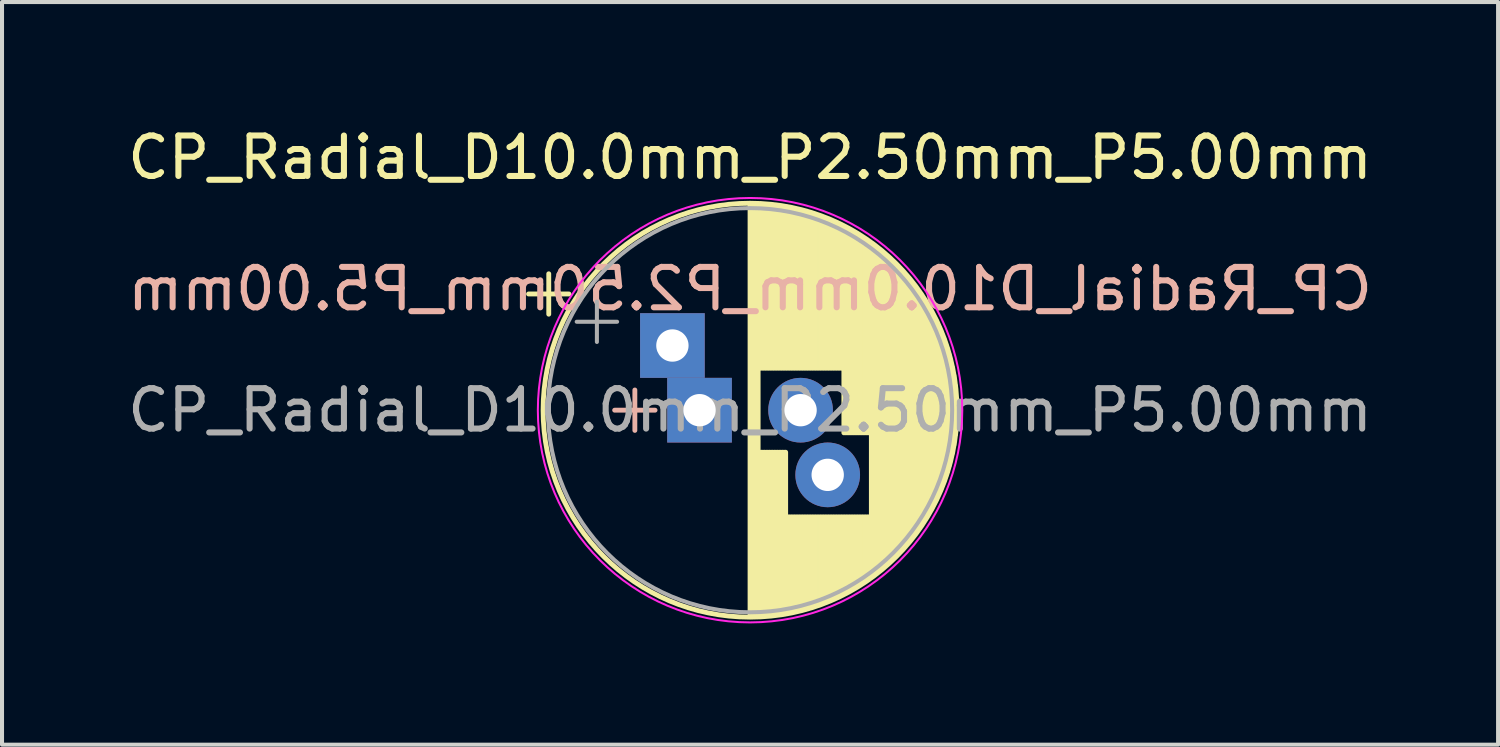
<source format=kicad_pcb>
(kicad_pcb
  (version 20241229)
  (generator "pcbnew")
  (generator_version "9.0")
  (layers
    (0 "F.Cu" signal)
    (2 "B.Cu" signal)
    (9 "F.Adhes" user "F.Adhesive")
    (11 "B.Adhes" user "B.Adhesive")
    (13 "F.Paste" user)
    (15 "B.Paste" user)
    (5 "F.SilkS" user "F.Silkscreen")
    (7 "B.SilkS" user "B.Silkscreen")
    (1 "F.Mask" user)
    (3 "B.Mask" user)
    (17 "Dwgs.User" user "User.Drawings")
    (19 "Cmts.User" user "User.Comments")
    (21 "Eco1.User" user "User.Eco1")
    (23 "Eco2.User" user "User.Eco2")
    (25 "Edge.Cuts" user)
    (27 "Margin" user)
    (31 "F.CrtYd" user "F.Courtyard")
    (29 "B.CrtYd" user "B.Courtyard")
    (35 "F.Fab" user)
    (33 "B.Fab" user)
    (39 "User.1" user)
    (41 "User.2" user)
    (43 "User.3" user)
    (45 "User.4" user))
  (footprint "CP_Radial_D10.0mm_P2.50mm_P5.00mm"
    (layer "F.Cu")
    (at 14.256 7.098)
    (property "Reference" "CP_Radial_D10.0mm_P2.50mm_P5.00mm" (at 1.25 -6.25 0) (layer "F.SilkS") (effects (font (size 1 1) (thickness 0.15))))
    (fp_line (start -4.23 -2.875) (end -3.23 -2.875) (stroke (width 0.12) (type solid)) (layer "F.SilkS"))
    (fp_line (start -3.73 -3.375) (end -3.73 -2.375) (stroke (width 0.12) (type solid)) (layer "F.SilkS"))
    (fp_line (start 1.25 -5.08) (end 1.25 5.08) (stroke (width 0.12) (type solid)) (layer "F.SilkS"))
    (fp_line (start 1.29 -5.08) (end 1.29 5.08) (stroke (width 0.12) (type solid)) (layer "F.SilkS"))
    (fp_line (start 1.33 -5.08) (end 1.33 5.08) (stroke (width 0.12) (type solid)) (layer "F.SilkS"))
    (fp_line (start 1.37 -5.079) (end 1.37 5.079) (stroke (width 0.12) (type solid)) (layer "F.SilkS"))
    (fp_line (start 1.41 -5.078) (end 1.41 5.078) (stroke (width 0.12) (type solid)) (layer "F.SilkS"))
    (fp_line (start 1.45 -5.077) (end 1.45 5.077) (stroke (width 0.12) (type solid)) (layer "F.SilkS"))
    (fp_line (start 1.49 -5.075) (end 1.49 -1.04) (stroke (width 0.12) (type solid)) (layer "F.SilkS"))
    (fp_line (start 1.49 1.04) (end 1.49 5.075) (stroke (width 0.12) (type solid)) (layer "F.SilkS"))
    (fp_line (start 1.53 -5.073) (end 1.53 -1.04) (stroke (width 0.12) (type solid)) (layer "F.SilkS"))
    (fp_line (start 1.53 1.04) (end 1.53 5.073) (stroke (width 0.12) (type solid)) (layer "F.SilkS"))
    (fp_line (start 1.57 -5.07) (end 1.57 -1.04) (stroke (width 0.12) (type solid)) (layer "F.SilkS"))
    (fp_line (start 1.57 1.04) (end 1.57 5.07) (stroke (width 0.12) (type solid)) (layer "F.SilkS"))
    (fp_line (start 1.61 -5.068) (end 1.61 -1.04) (stroke (width 0.12) (type solid)) (layer "F.SilkS"))
    (fp_line (start 1.61 1.04) (end 1.61 5.068) (stroke (width 0.12) (type solid)) (layer "F.SilkS"))
    (fp_line (start 1.65 -5.065) (end 1.65 -1.04) (stroke (width 0.12) (type solid)) (layer "F.SilkS"))
    (fp_line (start 1.65 1.04) (end 1.65 5.065) (stroke (width 0.12) (type solid)) (layer "F.SilkS"))
    (fp_line (start 1.69 -5.062) (end 1.69 -1.04) (stroke (width 0.12) (type solid)) (layer "F.SilkS"))
    (fp_line (start 1.69 1.04) (end 1.69 5.062) (stroke (width 0.12) (type solid)) (layer "F.SilkS"))
    (fp_line (start 1.73 -5.058) (end 1.73 -1.04) (stroke (width 0.12) (type solid)) (layer "F.SilkS"))
    (fp_line (start 1.73 1.04) (end 1.73 5.058) (stroke (width 0.12) (type solid)) (layer "F.SilkS"))
    (fp_line (start 1.77 -5.054) (end 1.77 -1.04) (stroke (width 0.12) (type solid)) (layer "F.SilkS"))
    (fp_line (start 1.77 1.04) (end 1.77 5.054) (stroke (width 0.12) (type solid)) (layer "F.SilkS"))
    (fp_line (start 1.81 -5.05) (end 1.81 -1.04) (stroke (width 0.12) (type solid)) (layer "F.SilkS"))
    (fp_line (start 1.81 1.04) (end 1.81 5.05) (stroke (width 0.12) (type solid)) (layer "F.SilkS"))
    (fp_line (start 1.85 -5.045) (end 1.85 -1.04) (stroke (width 0.12) (type solid)) (layer "F.SilkS"))
    (fp_line (start 1.85 1.04) (end 1.85 5.045) (stroke (width 0.12) (type solid)) (layer "F.SilkS"))
    (fp_line (start 1.89 -5.04) (end 1.89 -1.04) (stroke (width 0.12) (type solid)) (layer "F.SilkS"))
    (fp_line (start 1.89 1.04) (end 1.89 5.04) (stroke (width 0.12) (type solid)) (layer "F.SilkS"))
    (fp_line (start 1.93 -5.035) (end 1.93 -1.04) (stroke (width 0.12) (type solid)) (layer "F.SilkS"))
    (fp_line (start 1.93 1.04) (end 1.93 5.035) (stroke (width 0.12) (type solid)) (layer "F.SilkS"))
    (fp_line (start 1.971 -5.03) (end 1.971 -1.04) (stroke (width 0.12) (type solid)) (layer "F.SilkS"))
    (fp_line (start 1.971 1.04) (end 1.971 5.03) (stroke (width 0.12) (type solid)) (layer "F.SilkS"))
    (fp_line (start 2.011 -5.024) (end 2.011 -1.04) (stroke (width 0.12) (type solid)) (layer "F.SilkS"))
    (fp_line (start 2.011 1.04) (end 2.011 5.024) (stroke (width 0.12) (type solid)) (layer "F.SilkS"))
    (fp_line (start 2.051 -5.018) (end 2.051 -1.04) (stroke (width 0.12) (type solid)) (layer "F.SilkS"))
    (fp_line (start 2.051 1.04) (end 2.051 5.018) (stroke (width 0.12) (type solid)) (layer "F.SilkS"))
    (fp_line (start 2.091 -5.011) (end 2.091 -1.04) (stroke (width 0.12) (type solid)) (layer "F.SilkS"))
    (fp_line (start 2.091 1.04) (end 2.091 5.011) (stroke (width 0.12) (type solid)) (layer "F.SilkS"))
    (fp_line (start 2.131 -5.004) (end 2.131 -1.04) (stroke (width 0.12) (type solid)) (layer "F.SilkS"))
    (fp_line (start 2.131 1.04) (end 2.131 5.004) (stroke (width 0.12) (type solid)) (layer "F.SilkS"))
    (fp_line (start 2.171 -4.997) (end 2.171 -1.04) (stroke (width 0.12) (type solid)) (layer "F.SilkS"))
    (fp_line (start 2.171 2.64) (end 2.171 4.997) (stroke (width 0.12) (type solid)) (layer "F.SilkS"))
    (fp_line (start 2.211 -4.99) (end 2.211 -1.04) (stroke (width 0.12) (type solid)) (layer "F.SilkS"))
    (fp_line (start 2.211 2.64) (end 2.211 4.99) (stroke (width 0.12) (type solid)) (layer "F.SilkS"))
    (fp_line (start 2.251 -4.982) (end 2.251 -1.04) (stroke (width 0.12) (type solid)) (layer "F.SilkS"))
    (fp_line (start 2.251 2.64) (end 2.251 4.982) (stroke (width 0.12) (type solid)) (layer "F.SilkS"))
    (fp_line (start 2.291 -4.974) (end 2.291 -1.04) (stroke (width 0.12) (type solid)) (layer "F.SilkS"))
    (fp_line (start 2.291 2.64) (end 2.291 4.974) (stroke (width 0.12) (type solid)) (layer "F.SilkS"))
    (fp_line (start 2.331 -4.965) (end 2.331 -1.04) (stroke (width 0.12) (type solid)) (layer "F.SilkS"))
    (fp_line (start 2.331 2.64) (end 2.331 4.965) (stroke (width 0.12) (type solid)) (layer "F.SilkS"))
    (fp_line (start 2.371 -4.956) (end 2.371 -1.04) (stroke (width 0.12) (type solid)) (layer "F.SilkS"))
    (fp_line (start 2.371 2.64) (end 2.371 4.956) (stroke (width 0.12) (type solid)) (layer "F.SilkS"))
    (fp_line (start 2.411 -4.947) (end 2.411 -1.04) (stroke (width 0.12) (type solid)) (layer "F.SilkS"))
    (fp_line (start 2.411 2.64) (end 2.411 4.947) (stroke (width 0.12) (type solid)) (layer "F.SilkS"))
    (fp_line (start 2.451 -4.938) (end 2.451 -1.04) (stroke (width 0.12) (type solid)) (layer "F.SilkS"))
    (fp_line (start 2.451 2.64) (end 2.451 4.938) (stroke (width 0.12) (type solid)) (layer "F.SilkS"))
    (fp_line (start 2.491 -4.928) (end 2.491 -1.04) (stroke (width 0.12) (type solid)) (layer "F.SilkS"))
    (fp_line (start 2.491 2.64) (end 2.491 4.928) (stroke (width 0.12) (type solid)) (layer "F.SilkS"))
    (fp_line (start 2.531 -4.918) (end 2.531 -1.04) (stroke (width 0.12) (type solid)) (layer "F.SilkS"))
    (fp_line (start 2.531 2.64) (end 2.531 4.918) (stroke (width 0.12) (type solid)) (layer "F.SilkS"))
    (fp_line (start 2.571 -4.907) (end 2.571 -1.04) (stroke (width 0.12) (type solid)) (layer "F.SilkS"))
    (fp_line (start 2.571 2.64) (end 2.571 4.907) (stroke (width 0.12) (type solid)) (layer "F.SilkS"))
    (fp_line (start 2.611 -4.897) (end 2.611 -1.04) (stroke (width 0.12) (type solid)) (layer "F.SilkS"))
    (fp_line (start 2.611 2.64) (end 2.611 4.897) (stroke (width 0.12) (type solid)) (layer "F.SilkS"))
    (fp_line (start 2.651 -4.885) (end 2.651 -1.04) (stroke (width 0.12) (type solid)) (layer "F.SilkS"))
    (fp_line (start 2.651 2.64) (end 2.651 4.885) (stroke (width 0.12) (type solid)) (layer "F.SilkS"))
    (fp_line (start 2.691 -4.874) (end 2.691 -1.04) (stroke (width 0.12) (type solid)) (layer "F.SilkS"))
    (fp_line (start 2.691 2.64) (end 2.691 4.874) (stroke (width 0.12) (type solid)) (layer "F.SilkS"))
    (fp_line (start 2.731 -4.862) (end 2.731 -1.04) (stroke (width 0.12) (type solid)) (layer "F.SilkS"))
    (fp_line (start 2.731 2.64) (end 2.731 4.862) (stroke (width 0.12) (type solid)) (layer "F.SilkS"))
    (fp_line (start 2.771 -4.85) (end 2.771 -1.04) (stroke (width 0.12) (type solid)) (layer "F.SilkS"))
    (fp_line (start 2.771 2.64) (end 2.771 4.85) (stroke (width 0.12) (type solid)) (layer "F.SilkS"))
    (fp_line (start 2.811 -4.837) (end 2.811 -1.04) (stroke (width 0.12) (type solid)) (layer "F.SilkS"))
    (fp_line (start 2.811 2.64) (end 2.811 4.837) (stroke (width 0.12) (type solid)) (layer "F.SilkS"))
    (fp_line (start 2.851 -4.824) (end 2.851 -1.04) (stroke (width 0.12) (type solid)) (layer "F.SilkS"))
    (fp_line (start 2.851 2.64) (end 2.851 4.824) (stroke (width 0.12) (type solid)) (layer "F.SilkS"))
    (fp_line (start 2.891 -4.811) (end 2.891 -1.04) (stroke (width 0.12) (type solid)) (layer "F.SilkS"))
    (fp_line (start 2.891 2.64) (end 2.891 4.811) (stroke (width 0.12) (type solid)) (layer "F.SilkS"))
    (fp_line (start 2.931 -4.797) (end 2.931 -1.04) (stroke (width 0.12) (type solid)) (layer "F.SilkS"))
    (fp_line (start 2.931 2.64) (end 2.931 4.797) (stroke (width 0.12) (type solid)) (layer "F.SilkS"))
    (fp_line (start 2.971 -4.783) (end 2.971 -1.04) (stroke (width 0.12) (type solid)) (layer "F.SilkS"))
    (fp_line (start 2.971 2.64) (end 2.971 4.783) (stroke (width 0.12) (type solid)) (layer "F.SilkS"))
    (fp_line (start 3.011 -4.768) (end 3.011 -1.04) (stroke (width 0.12) (type solid)) (layer "F.SilkS"))
    (fp_line (start 3.011 2.64) (end 3.011 4.768) (stroke (width 0.12) (type solid)) (layer "F.SilkS"))
    (fp_line (start 3.051 -4.754) (end 3.051 -1.04) (stroke (width 0.12) (type solid)) (layer "F.SilkS"))
    (fp_line (start 3.051 2.64) (end 3.051 4.754) (stroke (width 0.12) (type solid)) (layer "F.SilkS"))
    (fp_line (start 3.091 -4.738) (end 3.091 -1.04) (stroke (width 0.12) (type solid)) (layer "F.SilkS"))
    (fp_line (start 3.091 2.64) (end 3.091 4.738) (stroke (width 0.12) (type solid)) (layer "F.SilkS"))
    (fp_line (start 3.131 -4.723) (end 3.131 -1.04) (stroke (width 0.12) (type solid)) (layer "F.SilkS"))
    (fp_line (start 3.131 2.64) (end 3.131 4.723) (stroke (width 0.12) (type solid)) (layer "F.SilkS"))
    (fp_line (start 3.171 -4.707) (end 3.171 -1.04) (stroke (width 0.12) (type solid)) (layer "F.SilkS"))
    (fp_line (start 3.171 2.64) (end 3.171 4.707) (stroke (width 0.12) (type solid)) (layer "F.SilkS"))
    (fp_line (start 3.211 -4.69) (end 3.211 -1.04) (stroke (width 0.12) (type solid)) (layer "F.SilkS"))
    (fp_line (start 3.211 2.64) (end 3.211 4.69) (stroke (width 0.12) (type solid)) (layer "F.SilkS"))
    (fp_line (start 3.251 -4.674) (end 3.251 -1.04) (stroke (width 0.12) (type solid)) (layer "F.SilkS"))
    (fp_line (start 3.251 2.64) (end 3.251 4.674) (stroke (width 0.12) (type solid)) (layer "F.SilkS"))
    (fp_line (start 3.291 -4.657) (end 3.291 -1.04) (stroke (width 0.12) (type solid)) (layer "F.SilkS"))
    (fp_line (start 3.291 2.64) (end 3.291 4.657) (stroke (width 0.12) (type solid)) (layer "F.SilkS"))
    (fp_line (start 3.331 -4.639) (end 3.331 -1.04) (stroke (width 0.12) (type solid)) (layer "F.SilkS"))
    (fp_line (start 3.331 2.64) (end 3.331 4.639) (stroke (width 0.12) (type solid)) (layer "F.SilkS"))
    (fp_line (start 3.371 -4.621) (end 3.371 -1.04) (stroke (width 0.12) (type solid)) (layer "F.SilkS"))
    (fp_line (start 3.371 2.64) (end 3.371 4.621) (stroke (width 0.12) (type solid)) (layer "F.SilkS"))
    (fp_line (start 3.411 -4.603) (end 3.411 -1.04) (stroke (width 0.12) (type solid)) (layer "F.SilkS"))
    (fp_line (start 3.411 2.64) (end 3.411 4.603) (stroke (width 0.12) (type solid)) (layer "F.SilkS"))
    (fp_line (start 3.451 -4.584) (end 3.451 -1.04) (stroke (width 0.12) (type solid)) (layer "F.SilkS"))
    (fp_line (start 3.451 2.64) (end 3.451 4.584) (stroke (width 0.12) (type solid)) (layer "F.SilkS"))
    (fp_line (start 3.491 -4.564) (end 3.491 -1.04) (stroke (width 0.12) (type solid)) (layer "F.SilkS"))
    (fp_line (start 3.491 2.64) (end 3.491 4.564) (stroke (width 0.12) (type solid)) (layer "F.SilkS"))
    (fp_line (start 3.531 -4.545) (end 3.531 -1.04) (stroke (width 0.12) (type solid)) (layer "F.SilkS"))
    (fp_line (start 3.531 2.64) (end 3.531 4.545) (stroke (width 0.12) (type solid)) (layer "F.SilkS"))
    (fp_line (start 3.571 -4.525) (end 3.571 0.56) (stroke (width 0.12) (type solid)) (layer "F.SilkS"))
    (fp_line (start 3.571 2.64) (end 3.571 4.525) (stroke (width 0.12) (type solid)) (layer "F.SilkS"))
    (fp_line (start 3.611 -4.504) (end 3.611 0.56) (stroke (width 0.12) (type solid)) (layer "F.SilkS"))
    (fp_line (start 3.611 2.64) (end 3.611 4.504) (stroke (width 0.12) (type solid)) (layer "F.SilkS"))
    (fp_line (start 3.651 -4.483) (end 3.651 0.56) (stroke (width 0.12) (type solid)) (layer "F.SilkS"))
    (fp_line (start 3.651 2.64) (end 3.651 4.483) (stroke (width 0.12) (type solid)) (layer "F.SilkS"))
    (fp_line (start 3.691 -4.462) (end 3.691 0.56) (stroke (width 0.12) (type solid)) (layer "F.SilkS"))
    (fp_line (start 3.691 2.64) (end 3.691 4.462) (stroke (width 0.12) (type solid)) (layer "F.SilkS"))
    (fp_line (start 3.731 -4.44) (end 3.731 0.56) (stroke (width 0.12) (type solid)) (layer "F.SilkS"))
    (fp_line (start 3.731 2.64) (end 3.731 4.44) (stroke (width 0.12) (type solid)) (layer "F.SilkS"))
    (fp_line (start 3.771 -4.417) (end 3.771 0.56) (stroke (width 0.12) (type solid)) (layer "F.SilkS"))
    (fp_line (start 3.771 2.64) (end 3.771 4.417) (stroke (width 0.12) (type solid)) (layer "F.SilkS"))
    (fp_line (start 3.811 -4.395) (end 3.811 0.56) (stroke (width 0.12) (type solid)) (layer "F.SilkS"))
    (fp_line (start 3.811 2.64) (end 3.811 4.395) (stroke (width 0.12) (type solid)) (layer "F.SilkS"))
    (fp_line (start 3.851 -4.371) (end 3.851 0.56) (stroke (width 0.12) (type solid)) (layer "F.SilkS"))
    (fp_line (start 3.851 2.64) (end 3.851 4.371) (stroke (width 0.12) (type solid)) (layer "F.SilkS"))
    (fp_line (start 3.891 -4.347) (end 3.891 0.56) (stroke (width 0.12) (type solid)) (layer "F.SilkS"))
    (fp_line (start 3.891 2.64) (end 3.891 4.347) (stroke (width 0.12) (type solid)) (layer "F.SilkS"))
    (fp_line (start 3.931 -4.323) (end 3.931 0.56) (stroke (width 0.12) (type solid)) (layer "F.SilkS"))
    (fp_line (start 3.931 2.64) (end 3.931 4.323) (stroke (width 0.12) (type solid)) (layer "F.SilkS"))
    (fp_line (start 3.971 -4.298) (end 3.971 0.56) (stroke (width 0.12) (type solid)) (layer "F.SilkS"))
    (fp_line (start 3.971 2.64) (end 3.971 4.298) (stroke (width 0.12) (type solid)) (layer "F.SilkS"))
    (fp_line (start 4.011 -4.273) (end 4.011 0.56) (stroke (width 0.12) (type solid)) (layer "F.SilkS"))
    (fp_line (start 4.011 2.64) (end 4.011 4.273) (stroke (width 0.12) (type solid)) (layer "F.SilkS"))
    (fp_line (start 4.051 -4.247) (end 4.051 0.56) (stroke (width 0.12) (type solid)) (layer "F.SilkS"))
    (fp_line (start 4.051 2.64) (end 4.051 4.247) (stroke (width 0.12) (type solid)) (layer "F.SilkS"))
    (fp_line (start 4.091 -4.221) (end 4.091 0.56) (stroke (width 0.12) (type solid)) (layer "F.SilkS"))
    (fp_line (start 4.091 2.64) (end 4.091 4.221) (stroke (width 0.12) (type solid)) (layer "F.SilkS"))
    (fp_line (start 4.131 -4.194) (end 4.131 0.56) (stroke (width 0.12) (type solid)) (layer "F.SilkS"))
    (fp_line (start 4.131 2.64) (end 4.131 4.194) (stroke (width 0.12) (type solid)) (layer "F.SilkS"))
    (fp_line (start 4.171 -4.166) (end 4.171 0.56) (stroke (width 0.12) (type solid)) (layer "F.SilkS"))
    (fp_line (start 4.171 2.64) (end 4.171 4.166) (stroke (width 0.12) (type solid)) (layer "F.SilkS"))
    (fp_line (start 4.211 -4.138) (end 4.211 0.56) (stroke (width 0.12) (type solid)) (layer "F.SilkS"))
    (fp_line (start 4.211 2.64) (end 4.211 4.138) (stroke (width 0.12) (type solid)) (layer "F.SilkS"))
    (fp_line (start 4.251 -4.11) (end 4.251 4.11) (stroke (width 0.12) (type solid)) (layer "F.SilkS"))
    (fp_line (start 4.291 -4.08) (end 4.291 4.08) (stroke (width 0.12) (type solid)) (layer "F.SilkS"))
    (fp_line (start 4.331 -4.05) (end 4.331 4.05) (stroke (width 0.12) (type solid)) (layer "F.SilkS"))
    (fp_line (start 4.371 -4.02) (end 4.371 4.02) (stroke (width 0.12) (type solid)) (layer "F.SilkS"))
    (fp_line (start 4.411 -3.989) (end 4.411 3.989) (stroke (width 0.12) (type solid)) (layer "F.SilkS"))
    (fp_line (start 4.451 -3.957) (end 4.451 3.957) (stroke (width 0.12) (type solid)) (layer "F.SilkS"))
    (fp_line (start 4.491 -3.925) (end 4.491 3.925) (stroke (width 0.12) (type solid)) (layer "F.SilkS"))
    (fp_line (start 4.531 -3.892) (end 4.531 3.892) (stroke (width 0.12) (type solid)) (layer "F.SilkS"))
    (fp_line (start 4.571 -3.858) (end 4.571 3.858) (stroke (width 0.12) (type solid)) (layer "F.SilkS"))
    (fp_line (start 4.611 -3.824) (end 4.611 3.824) (stroke (width 0.12) (type solid)) (layer "F.SilkS"))
    (fp_line (start 4.651 -3.789) (end 4.651 3.789) (stroke (width 0.12) (type solid)) (layer "F.SilkS"))
    (fp_line (start 4.691 -3.753) (end 4.691 3.753) (stroke (width 0.12) (type solid)) (layer "F.SilkS"))
    (fp_line (start 4.731 -3.716) (end 4.731 3.716) (stroke (width 0.12) (type solid)) (layer "F.SilkS"))
    (fp_line (start 4.771 -3.679) (end 4.771 3.679) (stroke (width 0.12) (type solid)) (layer "F.SilkS"))
    (fp_line (start 4.811 -3.64) (end 4.811 3.64) (stroke (width 0.12) (type solid)) (layer "F.SilkS"))
    (fp_line (start 4.851 -3.601) (end 4.851 3.601) (stroke (width 0.12) (type solid)) (layer "F.SilkS"))
    (fp_line (start 4.891 -3.561) (end 4.891 3.561) (stroke (width 0.12) (type solid)) (layer "F.SilkS"))
    (fp_line (start 4.931 -3.52) (end 4.931 3.52) (stroke (width 0.12) (type solid)) (layer "F.SilkS"))
    (fp_line (start 4.971 -3.478) (end 4.971 3.478) (stroke (width 0.12) (type solid)) (layer "F.SilkS"))
    (fp_line (start 5.011 -3.436) (end 5.011 3.436) (stroke (width 0.12) (type solid)) (layer "F.SilkS"))
    (fp_line (start 5.051 -3.392) (end 5.051 3.392) (stroke (width 0.12) (type solid)) (layer "F.SilkS"))
    (fp_line (start 5.091 -3.347) (end 5.091 3.347) (stroke (width 0.12) (type solid)) (layer "F.SilkS"))
    (fp_line (start 5.131 -3.301) (end 5.131 3.301) (stroke (width 0.12) (type solid)) (layer "F.SilkS"))
    (fp_line (start 5.171 -3.254) (end 5.171 3.254) (stroke (width 0.12) (type solid)) (layer "F.SilkS"))
    (fp_line (start 5.211 -3.206) (end 5.211 3.206) (stroke (width 0.12) (type solid)) (layer "F.SilkS"))
    (fp_line (start 5.251 -3.156) (end 5.251 3.156) (stroke (width 0.12) (type solid)) (layer "F.SilkS"))
    (fp_line (start 5.291 -3.106) (end 5.291 3.106) (stroke (width 0.12) (type solid)) (layer "F.SilkS"))
    (fp_line (start 5.331 -3.054) (end 5.331 3.054) (stroke (width 0.12) (type solid)) (layer "F.SilkS"))
    (fp_line (start 5.371 -3) (end 5.371 3) (stroke (width 0.12) (type solid)) (layer "F.SilkS"))
    (fp_line (start 5.411 -2.945) (end 5.411 2.945) (stroke (width 0.12) (type solid)) (layer "F.SilkS"))
    (fp_line (start 5.451 -2.889) (end 5.451 2.889) (stroke (width 0.12) (type solid)) (layer "F.SilkS"))
    (fp_line (start 5.491 -2.83) (end 5.491 2.83) (stroke (width 0.12) (type solid)) (layer "F.SilkS"))
    (fp_line (start 5.531 -2.77) (end 5.531 2.77) (stroke (width 0.12) (type solid)) (layer "F.SilkS"))
    (fp_line (start 5.571 -2.709) (end 5.571 2.709) (stroke (width 0.12) (type solid)) (layer "F.SilkS"))
    (fp_line (start 5.611 -2.645) (end 5.611 2.645) (stroke (width 0.12) (type solid)) (layer "F.SilkS"))
    (fp_line (start 5.651 -2.579) (end 5.651 2.579) (stroke (width 0.12) (type solid)) (layer "F.SilkS"))
    (fp_line (start 5.691 -2.51) (end 5.691 2.51) (stroke (width 0.12) (type solid)) (layer "F.SilkS"))
    (fp_line (start 5.731 -2.439) (end 5.731 2.439) (stroke (width 0.12) (type solid)) (layer "F.SilkS"))
    (fp_line (start 5.771 -2.365) (end 5.771 2.365) (stroke (width 0.12) (type solid)) (layer "F.SilkS"))
    (fp_line (start 5.811 -2.289) (end 5.811 2.289) (stroke (width 0.12) (type solid)) (layer "F.SilkS"))
    (fp_line (start 5.851 -2.209) (end 5.851 2.209) (stroke (width 0.12) (type solid)) (layer "F.SilkS"))
    (fp_line (start 5.891 -2.125) (end 5.891 2.125) (stroke (width 0.12) (type solid)) (layer "F.SilkS"))
    (fp_line (start 5.931 -2.037) (end 5.931 2.037) (stroke (width 0.12) (type solid)) (layer "F.SilkS"))
    (fp_line (start 5.971 -1.944) (end 5.971 1.944) (stroke (width 0.12) (type solid)) (layer "F.SilkS"))
    (fp_line (start 6.011 -1.846) (end 6.011 1.846) (stroke (width 0.12) (type solid)) (layer "F.SilkS"))
    (fp_line (start 6.051 -1.742) (end 6.051 1.742) (stroke (width 0.12) (type solid)) (layer "F.SilkS"))
    (fp_line (start 6.091 -1.63) (end 6.091 1.63) (stroke (width 0.12) (type solid)) (layer "F.SilkS"))
    (fp_line (start 6.131 -1.51) (end 6.131 1.51) (stroke (width 0.12) (type solid)) (layer "F.SilkS"))
    (fp_line (start 6.171 -1.378) (end 6.171 1.378) (stroke (width 0.12) (type solid)) (layer "F.SilkS"))
    (fp_line (start 6.211 -1.23) (end 6.211 1.23) (stroke (width 0.12) (type solid)) (layer "F.SilkS"))
    (fp_line (start 6.251 -1.062) (end 6.251 1.062) (stroke (width 0.12) (type solid)) (layer "F.SilkS"))
    (fp_line (start 6.291 -0.862) (end 6.291 0.862) (stroke (width 0.12) (type solid)) (layer "F.SilkS"))
    (fp_line (start 6.331 -0.599) (end 6.331 0.599) (stroke (width 0.12) (type solid)) (layer "F.SilkS"))
    (fp_circle (center 1.25 0) (end 6.37 0) (stroke (width 0.12) (type solid)) (fill no) (layer "F.SilkS"))
    (fp_line (start -1.6 -0.5) (end -1.6 0.5) (stroke (width 0.12) (type solid)) (layer "B.SilkS"))
    (fp_line (start -1.1 0) (end -2.1 0) (stroke (width 0.12) (type solid)) (layer "B.SilkS"))
    (fp_circle (center 1.25 0) (end 6.5 0) (stroke (width 0.05) (type solid)) (fill no) (layer "F.CrtYd"))
    (fp_line (start -3.039 -2.188) (end -2.039 -2.188) (stroke (width 0.1) (type solid)) (layer "F.Fab"))
    (fp_line (start -2.539 -2.688) (end -2.539 -1.688) (stroke (width 0.1) (type solid)) (layer "F.Fab"))
    (fp_circle (center 1.25 0) (end 6.25 0) (stroke (width 0.1) (type solid)) (fill no) (layer "F.Fab"))
    (fp_text user "${REFERENCE}" (at 1.25 -3 0) (layer "B.SilkS") (effects (font (size 1 1) (thickness 0.15)) (justify mirror)))
    (fp_text user "${REFERENCE}" (at 1.25 0 0) (layer "F.Fab") (effects (font (size 1 1) (thickness 0.15))))
    (pad "1" thru_hole rect (at -0.671 -1.6) (size 1.6 1.6) (drill 0.8) (layers "*.Cu" "*.Mask"))
    (pad "1" thru_hole rect (at 0 0) (size 1.6 1.6) (drill 0.8) (layers "*.Cu" "*.Mask"))
    (pad "2" thru_hole circle (at 2.5 0) (size 1.6 1.6) (drill 0.8) (layers "*.Cu" "*.Mask"))
    (pad "2" thru_hole circle (at 3.171 1.6) (size 1.6 1.6) (drill 0.8) (layers "*.Cu" "*.Mask")))
  (gr_rect
    (start -3 -3)
    (end 34.012 15.373)
    (stroke (width 0.1) (type default))
    (fill no)
    (layer "Edge.Cuts")))
</source>
